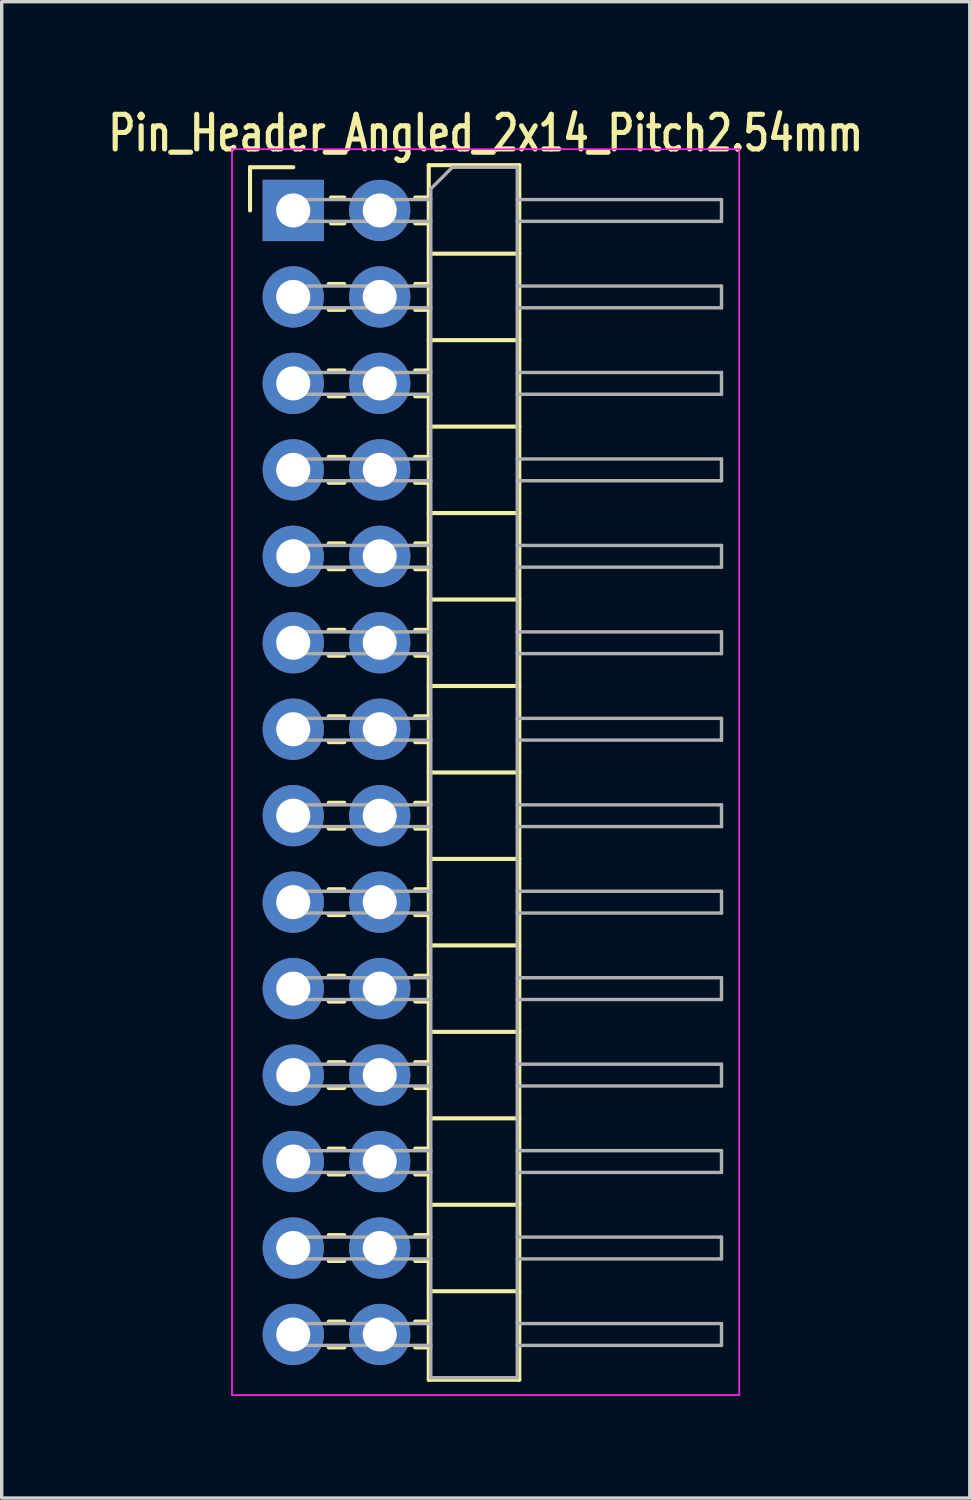
<source format=kicad_pcb>
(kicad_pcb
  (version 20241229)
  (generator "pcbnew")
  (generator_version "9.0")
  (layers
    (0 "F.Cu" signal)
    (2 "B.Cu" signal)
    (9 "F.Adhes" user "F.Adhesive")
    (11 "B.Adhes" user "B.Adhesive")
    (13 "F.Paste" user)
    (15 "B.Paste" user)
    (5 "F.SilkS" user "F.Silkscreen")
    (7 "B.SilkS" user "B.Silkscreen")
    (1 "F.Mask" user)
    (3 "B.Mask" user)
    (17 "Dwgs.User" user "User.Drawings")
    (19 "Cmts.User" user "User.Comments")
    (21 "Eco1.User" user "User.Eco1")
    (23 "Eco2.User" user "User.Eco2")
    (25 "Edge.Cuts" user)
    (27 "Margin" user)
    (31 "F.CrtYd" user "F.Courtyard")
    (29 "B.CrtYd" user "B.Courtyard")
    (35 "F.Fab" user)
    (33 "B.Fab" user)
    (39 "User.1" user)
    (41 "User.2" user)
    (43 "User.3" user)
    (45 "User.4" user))
  (footprint "Pin_Header_Angled_2x14_Pitch2.54mm"
    (layer "F.Cu")
    (at 5.565 3.132)
    (property "Reference" "Pin_Header_Angled_2x14_Pitch2.54mm" (at 5.655 -2.27 0) (layer "F.SilkS") (effects (font (size 1.016 0.762) (thickness 0.152))))
    (attr through_hole)
    (fp_line (start -1.27 -1.27) (end 0 -1.27) (stroke (width 0.12) (type solid)) (layer "F.SilkS"))
    (fp_line (start -1.27 0) (end -1.27 -1.27) (stroke (width 0.12) (type solid)) (layer "F.SilkS"))
    (fp_line (start 1.043 2.16) (end 1.497 2.16) (stroke (width 0.12) (type solid)) (layer "F.SilkS"))
    (fp_line (start 1.043 2.92) (end 1.497 2.92) (stroke (width 0.12) (type solid)) (layer "F.SilkS"))
    (fp_line (start 1.043 4.7) (end 1.497 4.7) (stroke (width 0.12) (type solid)) (layer "F.SilkS"))
    (fp_line (start 1.043 5.46) (end 1.497 5.46) (stroke (width 0.12) (type solid)) (layer "F.SilkS"))
    (fp_line (start 1.043 7.24) (end 1.497 7.24) (stroke (width 0.12) (type solid)) (layer "F.SilkS"))
    (fp_line (start 1.043 8) (end 1.497 8) (stroke (width 0.12) (type solid)) (layer "F.SilkS"))
    (fp_line (start 1.043 9.78) (end 1.497 9.78) (stroke (width 0.12) (type solid)) (layer "F.SilkS"))
    (fp_line (start 1.043 10.54) (end 1.497 10.54) (stroke (width 0.12) (type solid)) (layer "F.SilkS"))
    (fp_line (start 1.043 12.32) (end 1.497 12.32) (stroke (width 0.12) (type solid)) (layer "F.SilkS"))
    (fp_line (start 1.043 13.08) (end 1.497 13.08) (stroke (width 0.12) (type solid)) (layer "F.SilkS"))
    (fp_line (start 1.043 14.86) (end 1.497 14.86) (stroke (width 0.12) (type solid)) (layer "F.SilkS"))
    (fp_line (start 1.043 15.62) (end 1.497 15.62) (stroke (width 0.12) (type solid)) (layer "F.SilkS"))
    (fp_line (start 1.043 17.4) (end 1.497 17.4) (stroke (width 0.12) (type solid)) (layer "F.SilkS"))
    (fp_line (start 1.043 18.16) (end 1.497 18.16) (stroke (width 0.12) (type solid)) (layer "F.SilkS"))
    (fp_line (start 1.043 19.94) (end 1.497 19.94) (stroke (width 0.12) (type solid)) (layer "F.SilkS"))
    (fp_line (start 1.043 20.7) (end 1.497 20.7) (stroke (width 0.12) (type solid)) (layer "F.SilkS"))
    (fp_line (start 1.043 22.48) (end 1.497 22.48) (stroke (width 0.12) (type solid)) (layer "F.SilkS"))
    (fp_line (start 1.043 23.24) (end 1.497 23.24) (stroke (width 0.12) (type solid)) (layer "F.SilkS"))
    (fp_line (start 1.043 25.02) (end 1.497 25.02) (stroke (width 0.12) (type solid)) (layer "F.SilkS"))
    (fp_line (start 1.043 25.78) (end 1.497 25.78) (stroke (width 0.12) (type solid)) (layer "F.SilkS"))
    (fp_line (start 1.043 27.56) (end 1.497 27.56) (stroke (width 0.12) (type solid)) (layer "F.SilkS"))
    (fp_line (start 1.043 28.32) (end 1.497 28.32) (stroke (width 0.12) (type solid)) (layer "F.SilkS"))
    (fp_line (start 1.043 30.1) (end 1.497 30.1) (stroke (width 0.12) (type solid)) (layer "F.SilkS"))
    (fp_line (start 1.043 30.86) (end 1.497 30.86) (stroke (width 0.12) (type solid)) (layer "F.SilkS"))
    (fp_line (start 1.043 32.64) (end 1.497 32.64) (stroke (width 0.12) (type solid)) (layer "F.SilkS"))
    (fp_line (start 1.043 33.4) (end 1.497 33.4) (stroke (width 0.12) (type solid)) (layer "F.SilkS"))
    (fp_line (start 1.11 -0.38) (end 1.497 -0.38) (stroke (width 0.12) (type solid)) (layer "F.SilkS"))
    (fp_line (start 1.11 0.38) (end 1.497 0.38) (stroke (width 0.12) (type solid)) (layer "F.SilkS"))
    (fp_line (start 3.583 -0.38) (end 3.98 -0.38) (stroke (width 0.12) (type solid)) (layer "F.SilkS"))
    (fp_line (start 3.583 0.38) (end 3.98 0.38) (stroke (width 0.12) (type solid)) (layer "F.SilkS"))
    (fp_line (start 3.583 2.16) (end 3.98 2.16) (stroke (width 0.12) (type solid)) (layer "F.SilkS"))
    (fp_line (start 3.583 2.92) (end 3.98 2.92) (stroke (width 0.12) (type solid)) (layer "F.SilkS"))
    (fp_line (start 3.583 4.7) (end 3.98 4.7) (stroke (width 0.12) (type solid)) (layer "F.SilkS"))
    (fp_line (start 3.583 5.46) (end 3.98 5.46) (stroke (width 0.12) (type solid)) (layer "F.SilkS"))
    (fp_line (start 3.583 7.24) (end 3.98 7.24) (stroke (width 0.12) (type solid)) (layer "F.SilkS"))
    (fp_line (start 3.583 8) (end 3.98 8) (stroke (width 0.12) (type solid)) (layer "F.SilkS"))
    (fp_line (start 3.583 9.78) (end 3.98 9.78) (stroke (width 0.12) (type solid)) (layer "F.SilkS"))
    (fp_line (start 3.583 10.54) (end 3.98 10.54) (stroke (width 0.12) (type solid)) (layer "F.SilkS"))
    (fp_line (start 3.583 12.32) (end 3.98 12.32) (stroke (width 0.12) (type solid)) (layer "F.SilkS"))
    (fp_line (start 3.583 13.08) (end 3.98 13.08) (stroke (width 0.12) (type solid)) (layer "F.SilkS"))
    (fp_line (start 3.583 14.86) (end 3.98 14.86) (stroke (width 0.12) (type solid)) (layer "F.SilkS"))
    (fp_line (start 3.583 15.62) (end 3.98 15.62) (stroke (width 0.12) (type solid)) (layer "F.SilkS"))
    (fp_line (start 3.583 17.4) (end 3.98 17.4) (stroke (width 0.12) (type solid)) (layer "F.SilkS"))
    (fp_line (start 3.583 18.16) (end 3.98 18.16) (stroke (width 0.12) (type solid)) (layer "F.SilkS"))
    (fp_line (start 3.583 19.94) (end 3.98 19.94) (stroke (width 0.12) (type solid)) (layer "F.SilkS"))
    (fp_line (start 3.583 20.7) (end 3.98 20.7) (stroke (width 0.12) (type solid)) (layer "F.SilkS"))
    (fp_line (start 3.583 22.48) (end 3.98 22.48) (stroke (width 0.12) (type solid)) (layer "F.SilkS"))
    (fp_line (start 3.583 23.24) (end 3.98 23.24) (stroke (width 0.12) (type solid)) (layer "F.SilkS"))
    (fp_line (start 3.583 25.02) (end 3.98 25.02) (stroke (width 0.12) (type solid)) (layer "F.SilkS"))
    (fp_line (start 3.583 25.78) (end 3.98 25.78) (stroke (width 0.12) (type solid)) (layer "F.SilkS"))
    (fp_line (start 3.583 27.56) (end 3.98 27.56) (stroke (width 0.12) (type solid)) (layer "F.SilkS"))
    (fp_line (start 3.583 28.32) (end 3.98 28.32) (stroke (width 0.12) (type solid)) (layer "F.SilkS"))
    (fp_line (start 3.583 30.1) (end 3.98 30.1) (stroke (width 0.12) (type solid)) (layer "F.SilkS"))
    (fp_line (start 3.583 30.86) (end 3.98 30.86) (stroke (width 0.12) (type solid)) (layer "F.SilkS"))
    (fp_line (start 3.583 32.64) (end 3.98 32.64) (stroke (width 0.12) (type solid)) (layer "F.SilkS"))
    (fp_line (start 3.583 33.4) (end 3.98 33.4) (stroke (width 0.12) (type solid)) (layer "F.SilkS"))
    (fp_line (start 3.98 -1.33) (end 3.98 34.35) (stroke (width 0.12) (type solid)) (layer "F.SilkS"))
    (fp_line (start 3.98 1.27) (end 6.64 1.27) (stroke (width 0.12) (type solid)) (layer "F.SilkS"))
    (fp_line (start 3.98 3.81) (end 6.64 3.81) (stroke (width 0.12) (type solid)) (layer "F.SilkS"))
    (fp_line (start 3.98 6.35) (end 6.64 6.35) (stroke (width 0.12) (type solid)) (layer "F.SilkS"))
    (fp_line (start 3.98 8.89) (end 6.64 8.89) (stroke (width 0.12) (type solid)) (layer "F.SilkS"))
    (fp_line (start 3.98 11.43) (end 6.64 11.43) (stroke (width 0.12) (type solid)) (layer "F.SilkS"))
    (fp_line (start 3.98 13.97) (end 6.64 13.97) (stroke (width 0.12) (type solid)) (layer "F.SilkS"))
    (fp_line (start 3.98 16.51) (end 6.64 16.51) (stroke (width 0.12) (type solid)) (layer "F.SilkS"))
    (fp_line (start 3.98 19.05) (end 6.64 19.05) (stroke (width 0.12) (type solid)) (layer "F.SilkS"))
    (fp_line (start 3.98 21.59) (end 6.64 21.59) (stroke (width 0.12) (type solid)) (layer "F.SilkS"))
    (fp_line (start 3.98 24.13) (end 6.64 24.13) (stroke (width 0.12) (type solid)) (layer "F.SilkS"))
    (fp_line (start 3.98 26.67) (end 6.64 26.67) (stroke (width 0.12) (type solid)) (layer "F.SilkS"))
    (fp_line (start 3.98 29.21) (end 6.64 29.21) (stroke (width 0.12) (type solid)) (layer "F.SilkS"))
    (fp_line (start 3.98 31.75) (end 6.64 31.75) (stroke (width 0.12) (type solid)) (layer "F.SilkS"))
    (fp_line (start 3.98 34.35) (end 6.64 34.35) (stroke (width 0.12) (type solid)) (layer "F.SilkS"))
    (fp_line (start 6.64 -1.33) (end 3.98 -1.33) (stroke (width 0.12) (type solid)) (layer "F.SilkS"))
    (fp_line (start 6.64 34.35) (end 6.64 -1.33) (stroke (width 0.12) (type solid)) (layer "F.SilkS"))
    (fp_line (start -1.8 -1.8) (end -1.8 34.8) (stroke (width 0.05) (type solid)) (layer "F.CrtYd"))
    (fp_line (start -1.8 34.8) (end 13.1 34.8) (stroke (width 0.05) (type solid)) (layer "F.CrtYd"))
    (fp_line (start 13.1 -1.8) (end -1.8 -1.8) (stroke (width 0.05) (type solid)) (layer "F.CrtYd"))
    (fp_line (start 13.1 34.8) (end 13.1 -1.8) (stroke (width 0.05) (type solid)) (layer "F.CrtYd"))
    (fp_line (start -0.32 -0.32) (end -0.32 0.32) (stroke (width 0.1) (type solid)) (layer "F.Fab"))
    (fp_line (start -0.32 -0.32) (end 4.04 -0.32) (stroke (width 0.1) (type solid)) (layer "F.Fab"))
    (fp_line (start -0.32 0.32) (end 4.04 0.32) (stroke (width 0.1) (type solid)) (layer "F.Fab"))
    (fp_line (start -0.32 2.22) (end -0.32 2.86) (stroke (width 0.1) (type solid)) (layer "F.Fab"))
    (fp_line (start -0.32 2.22) (end 4.04 2.22) (stroke (width 0.1) (type solid)) (layer "F.Fab"))
    (fp_line (start -0.32 2.86) (end 4.04 2.86) (stroke (width 0.1) (type solid)) (layer "F.Fab"))
    (fp_line (start -0.32 4.76) (end -0.32 5.4) (stroke (width 0.1) (type solid)) (layer "F.Fab"))
    (fp_line (start -0.32 4.76) (end 4.04 4.76) (stroke (width 0.1) (type solid)) (layer "F.Fab"))
    (fp_line (start -0.32 5.4) (end 4.04 5.4) (stroke (width 0.1) (type solid)) (layer "F.Fab"))
    (fp_line (start -0.32 7.3) (end -0.32 7.94) (stroke (width 0.1) (type solid)) (layer "F.Fab"))
    (fp_line (start -0.32 7.3) (end 4.04 7.3) (stroke (width 0.1) (type solid)) (layer "F.Fab"))
    (fp_line (start -0.32 7.94) (end 4.04 7.94) (stroke (width 0.1) (type solid)) (layer "F.Fab"))
    (fp_line (start -0.32 9.84) (end -0.32 10.48) (stroke (width 0.1) (type solid)) (layer "F.Fab"))
    (fp_line (start -0.32 9.84) (end 4.04 9.84) (stroke (width 0.1) (type solid)) (layer "F.Fab"))
    (fp_line (start -0.32 10.48) (end 4.04 10.48) (stroke (width 0.1) (type solid)) (layer "F.Fab"))
    (fp_line (start -0.32 12.38) (end -0.32 13.02) (stroke (width 0.1) (type solid)) (layer "F.Fab"))
    (fp_line (start -0.32 12.38) (end 4.04 12.38) (stroke (width 0.1) (type solid)) (layer "F.Fab"))
    (fp_line (start -0.32 13.02) (end 4.04 13.02) (stroke (width 0.1) (type solid)) (layer "F.Fab"))
    (fp_line (start -0.32 14.92) (end -0.32 15.56) (stroke (width 0.1) (type solid)) (layer "F.Fab"))
    (fp_line (start -0.32 14.92) (end 4.04 14.92) (stroke (width 0.1) (type solid)) (layer "F.Fab"))
    (fp_line (start -0.32 15.56) (end 4.04 15.56) (stroke (width 0.1) (type solid)) (layer "F.Fab"))
    (fp_line (start -0.32 17.46) (end -0.32 18.1) (stroke (width 0.1) (type solid)) (layer "F.Fab"))
    (fp_line (start -0.32 17.46) (end 4.04 17.46) (stroke (width 0.1) (type solid)) (layer "F.Fab"))
    (fp_line (start -0.32 18.1) (end 4.04 18.1) (stroke (width 0.1) (type solid)) (layer "F.Fab"))
    (fp_line (start -0.32 20) (end -0.32 20.64) (stroke (width 0.1) (type solid)) (layer "F.Fab"))
    (fp_line (start -0.32 20) (end 4.04 20) (stroke (width 0.1) (type solid)) (layer "F.Fab"))
    (fp_line (start -0.32 20.64) (end 4.04 20.64) (stroke (width 0.1) (type solid)) (layer "F.Fab"))
    (fp_line (start -0.32 22.54) (end -0.32 23.18) (stroke (width 0.1) (type solid)) (layer "F.Fab"))
    (fp_line (start -0.32 22.54) (end 4.04 22.54) (stroke (width 0.1) (type solid)) (layer "F.Fab"))
    (fp_line (start -0.32 23.18) (end 4.04 23.18) (stroke (width 0.1) (type solid)) (layer "F.Fab"))
    (fp_line (start -0.32 25.08) (end -0.32 25.72) (stroke (width 0.1) (type solid)) (layer "F.Fab"))
    (fp_line (start -0.32 25.08) (end 4.04 25.08) (stroke (width 0.1) (type solid)) (layer "F.Fab"))
    (fp_line (start -0.32 25.72) (end 4.04 25.72) (stroke (width 0.1) (type solid)) (layer "F.Fab"))
    (fp_line (start -0.32 27.62) (end -0.32 28.26) (stroke (width 0.1) (type solid)) (layer "F.Fab"))
    (fp_line (start -0.32 27.62) (end 4.04 27.62) (stroke (width 0.1) (type solid)) (layer "F.Fab"))
    (fp_line (start -0.32 28.26) (end 4.04 28.26) (stroke (width 0.1) (type solid)) (layer "F.Fab"))
    (fp_line (start -0.32 30.16) (end -0.32 30.8) (stroke (width 0.1) (type solid)) (layer "F.Fab"))
    (fp_line (start -0.32 30.16) (end 4.04 30.16) (stroke (width 0.1) (type solid)) (layer "F.Fab"))
    (fp_line (start -0.32 30.8) (end 4.04 30.8) (stroke (width 0.1) (type solid)) (layer "F.Fab"))
    (fp_line (start -0.32 32.7) (end -0.32 33.34) (stroke (width 0.1) (type solid)) (layer "F.Fab"))
    (fp_line (start -0.32 32.7) (end 4.04 32.7) (stroke (width 0.1) (type solid)) (layer "F.Fab"))
    (fp_line (start -0.32 33.34) (end 4.04 33.34) (stroke (width 0.1) (type solid)) (layer "F.Fab"))
    (fp_line (start 4.04 -0.635) (end 4.675 -1.27) (stroke (width 0.1) (type solid)) (layer "F.Fab"))
    (fp_line (start 4.04 34.29) (end 4.04 -0.635) (stroke (width 0.1) (type solid)) (layer "F.Fab"))
    (fp_line (start 4.675 -1.27) (end 6.58 -1.27) (stroke (width 0.1) (type solid)) (layer "F.Fab"))
    (fp_line (start 6.58 -1.27) (end 6.58 34.29) (stroke (width 0.1) (type solid)) (layer "F.Fab"))
    (fp_line (start 6.58 -0.32) (end 12.58 -0.32) (stroke (width 0.1) (type solid)) (layer "F.Fab"))
    (fp_line (start 6.58 0.32) (end 12.58 0.32) (stroke (width 0.1) (type solid)) (layer "F.Fab"))
    (fp_line (start 6.58 2.22) (end 12.58 2.22) (stroke (width 0.1) (type solid)) (layer "F.Fab"))
    (fp_line (start 6.58 2.86) (end 12.58 2.86) (stroke (width 0.1) (type solid)) (layer "F.Fab"))
    (fp_line (start 6.58 4.76) (end 12.58 4.76) (stroke (width 0.1) (type solid)) (layer "F.Fab"))
    (fp_line (start 6.58 5.4) (end 12.58 5.4) (stroke (width 0.1) (type solid)) (layer "F.Fab"))
    (fp_line (start 6.58 7.3) (end 12.58 7.3) (stroke (width 0.1) (type solid)) (layer "F.Fab"))
    (fp_line (start 6.58 7.94) (end 12.58 7.94) (stroke (width 0.1) (type solid)) (layer "F.Fab"))
    (fp_line (start 6.58 9.84) (end 12.58 9.84) (stroke (width 0.1) (type solid)) (layer "F.Fab"))
    (fp_line (start 6.58 10.48) (end 12.58 10.48) (stroke (width 0.1) (type solid)) (layer "F.Fab"))
    (fp_line (start 6.58 12.38) (end 12.58 12.38) (stroke (width 0.1) (type solid)) (layer "F.Fab"))
    (fp_line (start 6.58 13.02) (end 12.58 13.02) (stroke (width 0.1) (type solid)) (layer "F.Fab"))
    (fp_line (start 6.58 14.92) (end 12.58 14.92) (stroke (width 0.1) (type solid)) (layer "F.Fab"))
    (fp_line (start 6.58 15.56) (end 12.58 15.56) (stroke (width 0.1) (type solid)) (layer "F.Fab"))
    (fp_line (start 6.58 17.46) (end 12.58 17.46) (stroke (width 0.1) (type solid)) (layer "F.Fab"))
    (fp_line (start 6.58 18.1) (end 12.58 18.1) (stroke (width 0.1) (type solid)) (layer "F.Fab"))
    (fp_line (start 6.58 20) (end 12.58 20) (stroke (width 0.1) (type solid)) (layer "F.Fab"))
    (fp_line (start 6.58 20.64) (end 12.58 20.64) (stroke (width 0.1) (type solid)) (layer "F.Fab"))
    (fp_line (start 6.58 22.54) (end 12.58 22.54) (stroke (width 0.1) (type solid)) (layer "F.Fab"))
    (fp_line (start 6.58 23.18) (end 12.58 23.18) (stroke (width 0.1) (type solid)) (layer "F.Fab"))
    (fp_line (start 6.58 25.08) (end 12.58 25.08) (stroke (width 0.1) (type solid)) (layer "F.Fab"))
    (fp_line (start 6.58 25.72) (end 12.58 25.72) (stroke (width 0.1) (type solid)) (layer "F.Fab"))
    (fp_line (start 6.58 27.62) (end 12.58 27.62) (stroke (width 0.1) (type solid)) (layer "F.Fab"))
    (fp_line (start 6.58 28.26) (end 12.58 28.26) (stroke (width 0.1) (type solid)) (layer "F.Fab"))
    (fp_line (start 6.58 30.16) (end 12.58 30.16) (stroke (width 0.1) (type solid)) (layer "F.Fab"))
    (fp_line (start 6.58 30.8) (end 12.58 30.8) (stroke (width 0.1) (type solid)) (layer "F.Fab"))
    (fp_line (start 6.58 32.7) (end 12.58 32.7) (stroke (width 0.1) (type solid)) (layer "F.Fab"))
    (fp_line (start 6.58 33.34) (end 12.58 33.34) (stroke (width 0.1) (type solid)) (layer "F.Fab"))
    (fp_line (start 6.58 34.29) (end 4.04 34.29) (stroke (width 0.1) (type solid)) (layer "F.Fab"))
    (fp_line (start 12.58 -0.32) (end 12.58 0.32) (stroke (width 0.1) (type solid)) (layer "F.Fab"))
    (fp_line (start 12.58 2.22) (end 12.58 2.86) (stroke (width 0.1) (type solid)) (layer "F.Fab"))
    (fp_line (start 12.58 4.76) (end 12.58 5.4) (stroke (width 0.1) (type solid)) (layer "F.Fab"))
    (fp_line (start 12.58 7.3) (end 12.58 7.94) (stroke (width 0.1) (type solid)) (layer "F.Fab"))
    (fp_line (start 12.58 9.84) (end 12.58 10.48) (stroke (width 0.1) (type solid)) (layer "F.Fab"))
    (fp_line (start 12.58 12.38) (end 12.58 13.02) (stroke (width 0.1) (type solid)) (layer "F.Fab"))
    (fp_line (start 12.58 14.92) (end 12.58 15.56) (stroke (width 0.1) (type solid)) (layer "F.Fab"))
    (fp_line (start 12.58 17.46) (end 12.58 18.1) (stroke (width 0.1) (type solid)) (layer "F.Fab"))
    (fp_line (start 12.58 20) (end 12.58 20.64) (stroke (width 0.1) (type solid)) (layer "F.Fab"))
    (fp_line (start 12.58 22.54) (end 12.58 23.18) (stroke (width 0.1) (type solid)) (layer "F.Fab"))
    (fp_line (start 12.58 25.08) (end 12.58 25.72) (stroke (width 0.1) (type solid)) (layer "F.Fab"))
    (fp_line (start 12.58 27.62) (end 12.58 28.26) (stroke (width 0.1) (type solid)) (layer "F.Fab"))
    (fp_line (start 12.58 30.16) (end 12.58 30.8) (stroke (width 0.1) (type solid)) (layer "F.Fab"))
    (fp_line (start 12.58 32.7) (end 12.58 33.34) (stroke (width 0.1) (type solid)) (layer "F.Fab"))
    (pad "1" thru_hole rect (at 0 0) (size 1.8 1.8) (drill 1) (layers "*.Cu" "*.Mask"))
    (pad "2" thru_hole oval (at 2.54 0) (size 1.8 1.8) (drill 1) (layers "*.Cu" "*.Mask"))
    (pad "3" thru_hole oval (at 0 2.54) (size 1.8 1.8) (drill 1) (layers "*.Cu" "*.Mask"))
    (pad "4" thru_hole oval (at 2.54 2.54) (size 1.8 1.8) (drill 1) (layers "*.Cu" "*.Mask"))
    (pad "5" thru_hole oval (at 0 5.08) (size 1.8 1.8) (drill 1) (layers "*.Cu" "*.Mask"))
    (pad "6" thru_hole oval (at 2.54 5.08) (size 1.8 1.8) (drill 1) (layers "*.Cu" "*.Mask"))
    (pad "7" thru_hole oval (at 0 7.62) (size 1.8 1.8) (drill 1) (layers "*.Cu" "*.Mask"))
    (pad "8" thru_hole oval (at 2.54 7.62) (size 1.8 1.8) (drill 1) (layers "*.Cu" "*.Mask"))
    (pad "9" thru_hole oval (at 0 10.16) (size 1.8 1.8) (drill 1) (layers "*.Cu" "*.Mask"))
    (pad "10" thru_hole oval (at 2.54 10.16) (size 1.8 1.8) (drill 1) (layers "*.Cu" "*.Mask"))
    (pad "11" thru_hole oval (at 0 12.7) (size 1.8 1.8) (drill 1) (layers "*.Cu" "*.Mask"))
    (pad "12" thru_hole oval (at 2.54 12.7) (size 1.8 1.8) (drill 1) (layers "*.Cu" "*.Mask"))
    (pad "13" thru_hole oval (at 0 15.24) (size 1.8 1.8) (drill 1) (layers "*.Cu" "*.Mask"))
    (pad "14" thru_hole oval (at 2.54 15.24) (size 1.8 1.8) (drill 1) (layers "*.Cu" "*.Mask"))
    (pad "15" thru_hole oval (at 0 17.78) (size 1.8 1.8) (drill 1) (layers "*.Cu" "*.Mask"))
    (pad "16" thru_hole oval (at 2.54 17.78) (size 1.8 1.8) (drill 1) (layers "*.Cu" "*.Mask"))
    (pad "17" thru_hole oval (at 0 20.32) (size 1.8 1.8) (drill 1) (layers "*.Cu" "*.Mask"))
    (pad "18" thru_hole oval (at 2.54 20.32) (size 1.8 1.8) (drill 1) (layers "*.Cu" "*.Mask"))
    (pad "19" thru_hole oval (at 0 22.86) (size 1.8 1.8) (drill 1) (layers "*.Cu" "*.Mask"))
    (pad "20" thru_hole oval (at 2.54 22.86) (size 1.8 1.8) (drill 1) (layers "*.Cu" "*.Mask"))
    (pad "21" thru_hole oval (at 0 25.4) (size 1.8 1.8) (drill 1) (layers "*.Cu" "*.Mask"))
    (pad "22" thru_hole oval (at 2.54 25.4) (size 1.8 1.8) (drill 1) (layers "*.Cu" "*.Mask"))
    (pad "23" thru_hole oval (at 0 27.94) (size 1.8 1.8) (drill 1) (layers "*.Cu" "*.Mask"))
    (pad "24" thru_hole oval (at 2.54 27.94) (size 1.8 1.8) (drill 1) (layers "*.Cu" "*.Mask"))
    (pad "25" thru_hole oval (at 0 30.48) (size 1.8 1.8) (drill 1) (layers "*.Cu" "*.Mask"))
    (pad "26" thru_hole oval (at 2.54 30.48) (size 1.8 1.8) (drill 1) (layers "*.Cu" "*.Mask"))
    (pad "27" thru_hole oval (at 0 33.02) (size 1.8 1.8) (drill 1) (layers "*.Cu" "*.Mask"))
    (pad "28" thru_hole oval (at 2.54 33.02) (size 1.8 1.8) (drill 1) (layers "*.Cu" "*.Mask")))
  (gr_rect
    (start -3 -3)
    (end 25.439 40.957)
    (stroke (width 0.1) (type default))
    (fill no)
    (layer "Edge.Cuts")))
</source>
